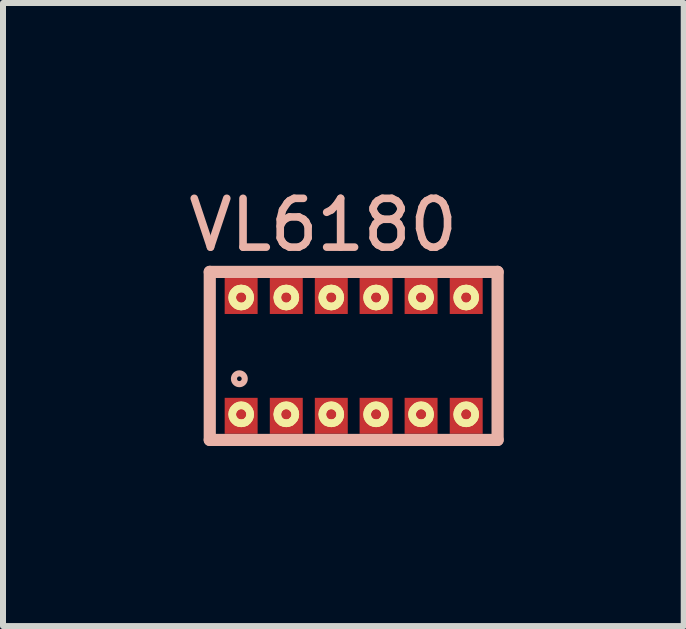
<source format=kicad_pcb>
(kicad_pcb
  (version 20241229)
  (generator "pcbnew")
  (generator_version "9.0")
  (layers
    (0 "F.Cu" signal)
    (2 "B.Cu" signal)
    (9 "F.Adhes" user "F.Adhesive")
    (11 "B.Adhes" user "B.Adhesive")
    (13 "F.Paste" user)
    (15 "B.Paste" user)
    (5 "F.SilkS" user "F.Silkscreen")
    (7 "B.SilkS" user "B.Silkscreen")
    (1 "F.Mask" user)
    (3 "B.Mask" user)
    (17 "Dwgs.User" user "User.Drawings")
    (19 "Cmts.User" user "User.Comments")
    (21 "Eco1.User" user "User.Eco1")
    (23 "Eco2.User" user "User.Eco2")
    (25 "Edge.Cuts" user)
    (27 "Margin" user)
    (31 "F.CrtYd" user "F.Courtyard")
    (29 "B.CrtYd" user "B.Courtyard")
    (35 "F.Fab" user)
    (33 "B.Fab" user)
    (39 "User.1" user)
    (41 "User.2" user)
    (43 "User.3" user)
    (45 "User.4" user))
  (footprint "VL6180"
    (layer "F.Cu")
    (at 2.843 2.88)
    (property "Reference" "VL6180" (at -0.508 -2.182 0) (layer "B.SilkS") (effects (font (size 0.813 0.813) (thickness 0.127))))
    (attr smd)
    (fp_line (start -2.024 -0.973) (end -2.019 -1.013) (stroke (width 0.127) (type solid)) (layer "F.SilkS"))
    (fp_line (start -2.024 0.973) (end -2.019 0.935) (stroke (width 0.127) (type solid)) (layer "F.SilkS"))
    (fp_line (start -2.019 -1.013) (end -2.004 -1.049) (stroke (width 0.127) (type solid)) (layer "F.SilkS"))
    (fp_line (start -2.019 -0.935) (end -2.024 -0.973) (stroke (width 0.127) (type solid)) (layer "F.SilkS"))
    (fp_line (start -2.019 0.935) (end -2.004 0.899) (stroke (width 0.127) (type solid)) (layer "F.SilkS"))
    (fp_line (start -2.019 1.013) (end -2.024 0.973) (stroke (width 0.127) (type solid)) (layer "F.SilkS"))
    (fp_line (start -2.004 -1.049) (end -1.979 -1.079) (stroke (width 0.127) (type solid)) (layer "F.SilkS"))
    (fp_line (start -2.004 -0.899) (end -2.019 -0.935) (stroke (width 0.127) (type solid)) (layer "F.SilkS"))
    (fp_line (start -2.004 0.899) (end -1.979 0.869) (stroke (width 0.127) (type solid)) (layer "F.SilkS"))
    (fp_line (start -2.004 1.049) (end -2.019 1.013) (stroke (width 0.127) (type solid)) (layer "F.SilkS"))
    (fp_line (start -1.979 -1.079) (end -1.948 -1.105) (stroke (width 0.127) (type solid)) (layer "F.SilkS"))
    (fp_line (start -1.979 -0.869) (end -2.004 -0.899) (stroke (width 0.127) (type solid)) (layer "F.SilkS"))
    (fp_line (start -1.979 0.869) (end -1.948 0.843) (stroke (width 0.127) (type solid)) (layer "F.SilkS"))
    (fp_line (start -1.979 1.079) (end -2.004 1.049) (stroke (width 0.127) (type solid)) (layer "F.SilkS"))
    (fp_line (start -1.948 -1.105) (end -1.913 -1.118) (stroke (width 0.127) (type solid)) (layer "F.SilkS"))
    (fp_line (start -1.948 -0.843) (end -1.979 -0.869) (stroke (width 0.127) (type solid)) (layer "F.SilkS"))
    (fp_line (start -1.948 0.843) (end -1.913 0.828) (stroke (width 0.127) (type solid)) (layer "F.SilkS"))
    (fp_line (start -1.948 1.105) (end -1.979 1.079) (stroke (width 0.127) (type solid)) (layer "F.SilkS"))
    (fp_line (start -1.913 -1.118) (end -1.875 -1.123) (stroke (width 0.127) (type solid)) (layer "F.SilkS"))
    (fp_line (start -1.913 -0.828) (end -1.948 -0.843) (stroke (width 0.127) (type solid)) (layer "F.SilkS"))
    (fp_line (start -1.913 0.828) (end -1.875 0.823) (stroke (width 0.127) (type solid)) (layer "F.SilkS"))
    (fp_line (start -1.913 1.118) (end -1.948 1.105) (stroke (width 0.127) (type solid)) (layer "F.SilkS"))
    (fp_line (start -1.875 -1.123) (end -1.834 -1.118) (stroke (width 0.127) (type solid)) (layer "F.SilkS"))
    (fp_line (start -1.875 -0.823) (end -1.913 -0.828) (stroke (width 0.127) (type solid)) (layer "F.SilkS"))
    (fp_line (start -1.875 0.823) (end -1.834 0.828) (stroke (width 0.127) (type solid)) (layer "F.SilkS"))
    (fp_line (start -1.875 1.123) (end -1.913 1.118) (stroke (width 0.127) (type solid)) (layer "F.SilkS"))
    (fp_line (start -1.834 -1.118) (end -1.798 -1.105) (stroke (width 0.127) (type solid)) (layer "F.SilkS"))
    (fp_line (start -1.834 -0.828) (end -1.875 -0.823) (stroke (width 0.127) (type solid)) (layer "F.SilkS"))
    (fp_line (start -1.834 0.828) (end -1.798 0.843) (stroke (width 0.127) (type solid)) (layer "F.SilkS"))
    (fp_line (start -1.834 1.118) (end -1.875 1.123) (stroke (width 0.127) (type solid)) (layer "F.SilkS"))
    (fp_line (start -1.798 -1.105) (end -1.768 -1.079) (stroke (width 0.127) (type solid)) (layer "F.SilkS"))
    (fp_line (start -1.798 -0.843) (end -1.834 -0.828) (stroke (width 0.127) (type solid)) (layer "F.SilkS"))
    (fp_line (start -1.798 0.843) (end -1.768 0.869) (stroke (width 0.127) (type solid)) (layer "F.SilkS"))
    (fp_line (start -1.798 1.105) (end -1.834 1.118) (stroke (width 0.127) (type solid)) (layer "F.SilkS"))
    (fp_line (start -1.768 -1.079) (end -1.745 -1.049) (stroke (width 0.127) (type solid)) (layer "F.SilkS"))
    (fp_line (start -1.768 -0.869) (end -1.798 -0.843) (stroke (width 0.127) (type solid)) (layer "F.SilkS"))
    (fp_line (start -1.768 0.869) (end -1.745 0.899) (stroke (width 0.127) (type solid)) (layer "F.SilkS"))
    (fp_line (start -1.768 1.079) (end -1.798 1.105) (stroke (width 0.127) (type solid)) (layer "F.SilkS"))
    (fp_line (start -1.745 -1.049) (end -1.73 -1.013) (stroke (width 0.127) (type solid)) (layer "F.SilkS"))
    (fp_line (start -1.745 -0.899) (end -1.768 -0.869) (stroke (width 0.127) (type solid)) (layer "F.SilkS"))
    (fp_line (start -1.745 0.899) (end -1.73 0.935) (stroke (width 0.127) (type solid)) (layer "F.SilkS"))
    (fp_line (start -1.745 1.049) (end -1.768 1.079) (stroke (width 0.127) (type solid)) (layer "F.SilkS"))
    (fp_line (start -1.73 -1.013) (end -1.725 -0.973) (stroke (width 0.127) (type solid)) (layer "F.SilkS"))
    (fp_line (start -1.73 -0.935) (end -1.745 -0.899) (stroke (width 0.127) (type solid)) (layer "F.SilkS"))
    (fp_line (start -1.73 0.935) (end -1.725 0.973) (stroke (width 0.127) (type solid)) (layer "F.SilkS"))
    (fp_line (start -1.73 1.013) (end -1.745 1.049) (stroke (width 0.127) (type solid)) (layer "F.SilkS"))
    (fp_line (start -1.725 -0.973) (end -1.73 -0.935) (stroke (width 0.127) (type solid)) (layer "F.SilkS"))
    (fp_line (start -1.725 0.973) (end -1.73 1.013) (stroke (width 0.127) (type solid)) (layer "F.SilkS"))
    (fp_line (start -1.273 -0.973) (end -1.267 -1.013) (stroke (width 0.127) (type solid)) (layer "F.SilkS"))
    (fp_line (start -1.273 0.973) (end -1.267 0.935) (stroke (width 0.127) (type solid)) (layer "F.SilkS"))
    (fp_line (start -1.267 -1.013) (end -1.255 -1.049) (stroke (width 0.127) (type solid)) (layer "F.SilkS"))
    (fp_line (start -1.267 -0.935) (end -1.273 -0.973) (stroke (width 0.127) (type solid)) (layer "F.SilkS"))
    (fp_line (start -1.267 0.935) (end -1.255 0.899) (stroke (width 0.127) (type solid)) (layer "F.SilkS"))
    (fp_line (start -1.267 1.013) (end -1.273 0.973) (stroke (width 0.127) (type solid)) (layer "F.SilkS"))
    (fp_line (start -1.255 -1.049) (end -1.229 -1.079) (stroke (width 0.127) (type solid)) (layer "F.SilkS"))
    (fp_line (start -1.255 -0.899) (end -1.267 -0.935) (stroke (width 0.127) (type solid)) (layer "F.SilkS"))
    (fp_line (start -1.255 0.899) (end -1.229 0.869) (stroke (width 0.127) (type solid)) (layer "F.SilkS"))
    (fp_line (start -1.255 1.049) (end -1.267 1.013) (stroke (width 0.127) (type solid)) (layer "F.SilkS"))
    (fp_line (start -1.229 -1.079) (end -1.199 -1.105) (stroke (width 0.127) (type solid)) (layer "F.SilkS"))
    (fp_line (start -1.229 -0.869) (end -1.255 -0.899) (stroke (width 0.127) (type solid)) (layer "F.SilkS"))
    (fp_line (start -1.229 0.869) (end -1.199 0.843) (stroke (width 0.127) (type solid)) (layer "F.SilkS"))
    (fp_line (start -1.229 1.079) (end -1.255 1.049) (stroke (width 0.127) (type solid)) (layer "F.SilkS"))
    (fp_line (start -1.199 -1.105) (end -1.163 -1.118) (stroke (width 0.127) (type solid)) (layer "F.SilkS"))
    (fp_line (start -1.199 -0.843) (end -1.229 -0.869) (stroke (width 0.127) (type solid)) (layer "F.SilkS"))
    (fp_line (start -1.199 0.843) (end -1.163 0.828) (stroke (width 0.127) (type solid)) (layer "F.SilkS"))
    (fp_line (start -1.199 1.105) (end -1.229 1.079) (stroke (width 0.127) (type solid)) (layer "F.SilkS"))
    (fp_line (start -1.163 -1.118) (end -1.123 -1.123) (stroke (width 0.127) (type solid)) (layer "F.SilkS"))
    (fp_line (start -1.163 -0.828) (end -1.199 -0.843) (stroke (width 0.127) (type solid)) (layer "F.SilkS"))
    (fp_line (start -1.163 0.828) (end -1.123 0.823) (stroke (width 0.127) (type solid)) (layer "F.SilkS"))
    (fp_line (start -1.163 1.118) (end -1.199 1.105) (stroke (width 0.127) (type solid)) (layer "F.SilkS"))
    (fp_line (start -1.123 -1.123) (end -1.085 -1.118) (stroke (width 0.127) (type solid)) (layer "F.SilkS"))
    (fp_line (start -1.123 -0.823) (end -1.163 -0.828) (stroke (width 0.127) (type solid)) (layer "F.SilkS"))
    (fp_line (start -1.123 0.823) (end -1.085 0.828) (stroke (width 0.127) (type solid)) (layer "F.SilkS"))
    (fp_line (start -1.123 1.123) (end -1.163 1.118) (stroke (width 0.127) (type solid)) (layer "F.SilkS"))
    (fp_line (start -1.085 -1.118) (end -1.049 -1.105) (stroke (width 0.127) (type solid)) (layer "F.SilkS"))
    (fp_line (start -1.085 -0.828) (end -1.123 -0.823) (stroke (width 0.127) (type solid)) (layer "F.SilkS"))
    (fp_line (start -1.085 0.828) (end -1.049 0.843) (stroke (width 0.127) (type solid)) (layer "F.SilkS"))
    (fp_line (start -1.085 1.118) (end -1.123 1.123) (stroke (width 0.127) (type solid)) (layer "F.SilkS"))
    (fp_line (start -1.049 -1.105) (end -1.019 -1.079) (stroke (width 0.127) (type solid)) (layer "F.SilkS"))
    (fp_line (start -1.049 -0.843) (end -1.085 -0.828) (stroke (width 0.127) (type solid)) (layer "F.SilkS"))
    (fp_line (start -1.049 0.843) (end -1.019 0.869) (stroke (width 0.127) (type solid)) (layer "F.SilkS"))
    (fp_line (start -1.049 1.105) (end -1.085 1.118) (stroke (width 0.127) (type solid)) (layer "F.SilkS"))
    (fp_line (start -1.019 -1.079) (end -0.993 -1.049) (stroke (width 0.127) (type solid)) (layer "F.SilkS"))
    (fp_line (start -1.019 -0.869) (end -1.049 -0.843) (stroke (width 0.127) (type solid)) (layer "F.SilkS"))
    (fp_line (start -1.019 0.869) (end -0.993 0.899) (stroke (width 0.127) (type solid)) (layer "F.SilkS"))
    (fp_line (start -1.019 1.079) (end -1.049 1.105) (stroke (width 0.127) (type solid)) (layer "F.SilkS"))
    (fp_line (start -0.993 -1.049) (end -0.978 -1.013) (stroke (width 0.127) (type solid)) (layer "F.SilkS"))
    (fp_line (start -0.993 -0.899) (end -1.019 -0.869) (stroke (width 0.127) (type solid)) (layer "F.SilkS"))
    (fp_line (start -0.993 0.899) (end -0.978 0.935) (stroke (width 0.127) (type solid)) (layer "F.SilkS"))
    (fp_line (start -0.993 1.049) (end -1.019 1.079) (stroke (width 0.127) (type solid)) (layer "F.SilkS"))
    (fp_line (start -0.978 -1.013) (end -0.973 -0.973) (stroke (width 0.127) (type solid)) (layer "F.SilkS"))
    (fp_line (start -0.978 -0.935) (end -0.993 -0.899) (stroke (width 0.127) (type solid)) (layer "F.SilkS"))
    (fp_line (start -0.978 0.935) (end -0.973 0.973) (stroke (width 0.127) (type solid)) (layer "F.SilkS"))
    (fp_line (start -0.978 1.013) (end -0.993 1.049) (stroke (width 0.127) (type solid)) (layer "F.SilkS"))
    (fp_line (start -0.973 -0.973) (end -0.978 -0.935) (stroke (width 0.127) (type solid)) (layer "F.SilkS"))
    (fp_line (start -0.973 0.973) (end -0.978 1.013) (stroke (width 0.127) (type solid)) (layer "F.SilkS"))
    (fp_line (start -0.523 -0.973) (end -0.518 -1.013) (stroke (width 0.127) (type solid)) (layer "F.SilkS"))
    (fp_line (start -0.523 0.973) (end -0.518 0.935) (stroke (width 0.127) (type solid)) (layer "F.SilkS"))
    (fp_line (start -0.518 -1.013) (end -0.503 -1.049) (stroke (width 0.127) (type solid)) (layer "F.SilkS"))
    (fp_line (start -0.518 -0.935) (end -0.523 -0.973) (stroke (width 0.127) (type solid)) (layer "F.SilkS"))
    (fp_line (start -0.518 0.935) (end -0.503 0.899) (stroke (width 0.127) (type solid)) (layer "F.SilkS"))
    (fp_line (start -0.518 1.013) (end -0.523 0.973) (stroke (width 0.127) (type solid)) (layer "F.SilkS"))
    (fp_line (start -0.503 -1.049) (end -0.48 -1.079) (stroke (width 0.127) (type solid)) (layer "F.SilkS"))
    (fp_line (start -0.503 -0.899) (end -0.518 -0.935) (stroke (width 0.127) (type solid)) (layer "F.SilkS"))
    (fp_line (start -0.503 0.899) (end -0.48 0.869) (stroke (width 0.127) (type solid)) (layer "F.SilkS"))
    (fp_line (start -0.503 1.049) (end -0.518 1.013) (stroke (width 0.127) (type solid)) (layer "F.SilkS"))
    (fp_line (start -0.48 -1.079) (end -0.45 -1.105) (stroke (width 0.127) (type solid)) (layer "F.SilkS"))
    (fp_line (start -0.48 -0.869) (end -0.503 -0.899) (stroke (width 0.127) (type solid)) (layer "F.SilkS"))
    (fp_line (start -0.48 0.869) (end -0.45 0.843) (stroke (width 0.127) (type solid)) (layer "F.SilkS"))
    (fp_line (start -0.48 1.079) (end -0.503 1.049) (stroke (width 0.127) (type solid)) (layer "F.SilkS"))
    (fp_line (start -0.45 -1.105) (end -0.411 -1.118) (stroke (width 0.127) (type solid)) (layer "F.SilkS"))
    (fp_line (start -0.45 -0.843) (end -0.48 -0.869) (stroke (width 0.127) (type solid)) (layer "F.SilkS"))
    (fp_line (start -0.45 0.843) (end -0.411 0.828) (stroke (width 0.127) (type solid)) (layer "F.SilkS"))
    (fp_line (start -0.45 1.105) (end -0.48 1.079) (stroke (width 0.127) (type solid)) (layer "F.SilkS"))
    (fp_line (start -0.411 -1.118) (end -0.373 -1.123) (stroke (width 0.127) (type solid)) (layer "F.SilkS"))
    (fp_line (start -0.411 -0.828) (end -0.45 -0.843) (stroke (width 0.127) (type solid)) (layer "F.SilkS"))
    (fp_line (start -0.411 0.828) (end -0.373 0.823) (stroke (width 0.127) (type solid)) (layer "F.SilkS"))
    (fp_line (start -0.411 1.118) (end -0.45 1.105) (stroke (width 0.127) (type solid)) (layer "F.SilkS"))
    (fp_line (start -0.373 -1.123) (end -0.335 -1.118) (stroke (width 0.127) (type solid)) (layer "F.SilkS"))
    (fp_line (start -0.373 -0.823) (end -0.411 -0.828) (stroke (width 0.127) (type solid)) (layer "F.SilkS"))
    (fp_line (start -0.373 0.823) (end -0.335 0.828) (stroke (width 0.127) (type solid)) (layer "F.SilkS"))
    (fp_line (start -0.373 1.123) (end -0.411 1.118) (stroke (width 0.127) (type solid)) (layer "F.SilkS"))
    (fp_line (start -0.335 -1.118) (end -0.3 -1.105) (stroke (width 0.127) (type solid)) (layer "F.SilkS"))
    (fp_line (start -0.335 -0.828) (end -0.373 -0.823) (stroke (width 0.127) (type solid)) (layer "F.SilkS"))
    (fp_line (start -0.335 0.828) (end -0.3 0.843) (stroke (width 0.127) (type solid)) (layer "F.SilkS"))
    (fp_line (start -0.335 1.118) (end -0.373 1.123) (stroke (width 0.127) (type solid)) (layer "F.SilkS"))
    (fp_line (start -0.3 -1.105) (end -0.267 -1.079) (stroke (width 0.127) (type solid)) (layer "F.SilkS"))
    (fp_line (start -0.3 -0.843) (end -0.335 -0.828) (stroke (width 0.127) (type solid)) (layer "F.SilkS"))
    (fp_line (start -0.3 0.843) (end -0.267 0.869) (stroke (width 0.127) (type solid)) (layer "F.SilkS"))
    (fp_line (start -0.3 1.105) (end -0.335 1.118) (stroke (width 0.127) (type solid)) (layer "F.SilkS"))
    (fp_line (start -0.267 -1.079) (end -0.244 -1.049) (stroke (width 0.127) (type solid)) (layer "F.SilkS"))
    (fp_line (start -0.267 -0.869) (end -0.3 -0.843) (stroke (width 0.127) (type solid)) (layer "F.SilkS"))
    (fp_line (start -0.267 0.869) (end -0.244 0.899) (stroke (width 0.127) (type solid)) (layer "F.SilkS"))
    (fp_line (start -0.267 1.079) (end -0.3 1.105) (stroke (width 0.127) (type solid)) (layer "F.SilkS"))
    (fp_line (start -0.244 -1.049) (end -0.229 -1.013) (stroke (width 0.127) (type solid)) (layer "F.SilkS"))
    (fp_line (start -0.244 -0.899) (end -0.267 -0.869) (stroke (width 0.127) (type solid)) (layer "F.SilkS"))
    (fp_line (start -0.244 0.899) (end -0.229 0.935) (stroke (width 0.127) (type solid)) (layer "F.SilkS"))
    (fp_line (start -0.244 1.049) (end -0.267 1.079) (stroke (width 0.127) (type solid)) (layer "F.SilkS"))
    (fp_line (start -0.229 -1.013) (end -0.224 -0.973) (stroke (width 0.127) (type solid)) (layer "F.SilkS"))
    (fp_line (start -0.229 -0.935) (end -0.244 -0.899) (stroke (width 0.127) (type solid)) (layer "F.SilkS"))
    (fp_line (start -0.229 0.935) (end -0.224 0.973) (stroke (width 0.127) (type solid)) (layer "F.SilkS"))
    (fp_line (start -0.229 1.013) (end -0.244 1.049) (stroke (width 0.127) (type solid)) (layer "F.SilkS"))
    (fp_line (start -0.224 -0.973) (end -0.229 -0.935) (stroke (width 0.127) (type solid)) (layer "F.SilkS"))
    (fp_line (start -0.224 0.973) (end -0.229 1.013) (stroke (width 0.127) (type solid)) (layer "F.SilkS"))
    (fp_line (start 0.224 -0.973) (end 0.229 -1.013) (stroke (width 0.127) (type solid)) (layer "F.SilkS"))
    (fp_line (start 0.224 0.973) (end 0.229 0.935) (stroke (width 0.127) (type solid)) (layer "F.SilkS"))
    (fp_line (start 0.229 -1.013) (end 0.244 -1.049) (stroke (width 0.127) (type solid)) (layer "F.SilkS"))
    (fp_line (start 0.229 -0.935) (end 0.224 -0.973) (stroke (width 0.127) (type solid)) (layer "F.SilkS"))
    (fp_line (start 0.229 0.935) (end 0.244 0.899) (stroke (width 0.127) (type solid)) (layer "F.SilkS"))
    (fp_line (start 0.229 1.013) (end 0.224 0.973) (stroke (width 0.127) (type solid)) (layer "F.SilkS"))
    (fp_line (start 0.244 -1.049) (end 0.267 -1.079) (stroke (width 0.127) (type solid)) (layer "F.SilkS"))
    (fp_line (start 0.244 -0.899) (end 0.229 -0.935) (stroke (width 0.127) (type solid)) (layer "F.SilkS"))
    (fp_line (start 0.244 0.899) (end 0.267 0.869) (stroke (width 0.127) (type solid)) (layer "F.SilkS"))
    (fp_line (start 0.244 1.049) (end 0.229 1.013) (stroke (width 0.127) (type solid)) (layer "F.SilkS"))
    (fp_line (start 0.267 -1.079) (end 0.3 -1.105) (stroke (width 0.127) (type solid)) (layer "F.SilkS"))
    (fp_line (start 0.267 -0.869) (end 0.244 -0.899) (stroke (width 0.127) (type solid)) (layer "F.SilkS"))
    (fp_line (start 0.267 0.869) (end 0.3 0.843) (stroke (width 0.127) (type solid)) (layer "F.SilkS"))
    (fp_line (start 0.267 1.079) (end 0.244 1.049) (stroke (width 0.127) (type solid)) (layer "F.SilkS"))
    (fp_line (start 0.3 -1.105) (end 0.335 -1.118) (stroke (width 0.127) (type solid)) (layer "F.SilkS"))
    (fp_line (start 0.3 -0.843) (end 0.267 -0.869) (stroke (width 0.127) (type solid)) (layer "F.SilkS"))
    (fp_line (start 0.3 0.843) (end 0.335 0.828) (stroke (width 0.127) (type solid)) (layer "F.SilkS"))
    (fp_line (start 0.3 1.105) (end 0.267 1.079) (stroke (width 0.127) (type solid)) (layer "F.SilkS"))
    (fp_line (start 0.335 -1.118) (end 0.373 -1.123) (stroke (width 0.127) (type solid)) (layer "F.SilkS"))
    (fp_line (start 0.335 -0.828) (end 0.3 -0.843) (stroke (width 0.127) (type solid)) (layer "F.SilkS"))
    (fp_line (start 0.335 0.828) (end 0.373 0.823) (stroke (width 0.127) (type solid)) (layer "F.SilkS"))
    (fp_line (start 0.335 1.118) (end 0.3 1.105) (stroke (width 0.127) (type solid)) (layer "F.SilkS"))
    (fp_line (start 0.373 -1.123) (end 0.411 -1.118) (stroke (width 0.127) (type solid)) (layer "F.SilkS"))
    (fp_line (start 0.373 -0.823) (end 0.335 -0.828) (stroke (width 0.127) (type solid)) (layer "F.SilkS"))
    (fp_line (start 0.373 0.823) (end 0.411 0.828) (stroke (width 0.127) (type solid)) (layer "F.SilkS"))
    (fp_line (start 0.373 1.123) (end 0.335 1.118) (stroke (width 0.127) (type solid)) (layer "F.SilkS"))
    (fp_line (start 0.411 -1.118) (end 0.45 -1.105) (stroke (width 0.127) (type solid)) (layer "F.SilkS"))
    (fp_line (start 0.411 -0.828) (end 0.373 -0.823) (stroke (width 0.127) (type solid)) (layer "F.SilkS"))
    (fp_line (start 0.411 0.828) (end 0.45 0.843) (stroke (width 0.127) (type solid)) (layer "F.SilkS"))
    (fp_line (start 0.411 1.118) (end 0.373 1.123) (stroke (width 0.127) (type solid)) (layer "F.SilkS"))
    (fp_line (start 0.45 -1.105) (end 0.48 -1.079) (stroke (width 0.127) (type solid)) (layer "F.SilkS"))
    (fp_line (start 0.45 -0.843) (end 0.411 -0.828) (stroke (width 0.127) (type solid)) (layer "F.SilkS"))
    (fp_line (start 0.45 0.843) (end 0.48 0.869) (stroke (width 0.127) (type solid)) (layer "F.SilkS"))
    (fp_line (start 0.45 1.105) (end 0.411 1.118) (stroke (width 0.127) (type solid)) (layer "F.SilkS"))
    (fp_line (start 0.48 -1.079) (end 0.503 -1.049) (stroke (width 0.127) (type solid)) (layer "F.SilkS"))
    (fp_line (start 0.48 -0.869) (end 0.45 -0.843) (stroke (width 0.127) (type solid)) (layer "F.SilkS"))
    (fp_line (start 0.48 0.869) (end 0.503 0.899) (stroke (width 0.127) (type solid)) (layer "F.SilkS"))
    (fp_line (start 0.48 1.079) (end 0.45 1.105) (stroke (width 0.127) (type solid)) (layer "F.SilkS"))
    (fp_line (start 0.503 -1.049) (end 0.518 -1.013) (stroke (width 0.127) (type solid)) (layer "F.SilkS"))
    (fp_line (start 0.503 -0.899) (end 0.48 -0.869) (stroke (width 0.127) (type solid)) (layer "F.SilkS"))
    (fp_line (start 0.503 0.899) (end 0.518 0.935) (stroke (width 0.127) (type solid)) (layer "F.SilkS"))
    (fp_line (start 0.503 1.049) (end 0.48 1.079) (stroke (width 0.127) (type solid)) (layer "F.SilkS"))
    (fp_line (start 0.518 -1.013) (end 0.523 -0.973) (stroke (width 0.127) (type solid)) (layer "F.SilkS"))
    (fp_line (start 0.518 -0.935) (end 0.503 -0.899) (stroke (width 0.127) (type solid)) (layer "F.SilkS"))
    (fp_line (start 0.518 0.935) (end 0.523 0.973) (stroke (width 0.127) (type solid)) (layer "F.SilkS"))
    (fp_line (start 0.518 1.013) (end 0.503 1.049) (stroke (width 0.127) (type solid)) (layer "F.SilkS"))
    (fp_line (start 0.523 -0.973) (end 0.518 -0.935) (stroke (width 0.127) (type solid)) (layer "F.SilkS"))
    (fp_line (start 0.523 0.973) (end 0.518 1.013) (stroke (width 0.127) (type solid)) (layer "F.SilkS"))
    (fp_line (start 0.973 -0.973) (end 0.978 -1.013) (stroke (width 0.127) (type solid)) (layer "F.SilkS"))
    (fp_line (start 0.973 0.973) (end 0.978 0.935) (stroke (width 0.127) (type solid)) (layer "F.SilkS"))
    (fp_line (start 0.978 -1.013) (end 0.993 -1.049) (stroke (width 0.127) (type solid)) (layer "F.SilkS"))
    (fp_line (start 0.978 -0.935) (end 0.973 -0.973) (stroke (width 0.127) (type solid)) (layer "F.SilkS"))
    (fp_line (start 0.978 0.935) (end 0.993 0.899) (stroke (width 0.127) (type solid)) (layer "F.SilkS"))
    (fp_line (start 0.978 1.013) (end 0.973 0.973) (stroke (width 0.127) (type solid)) (layer "F.SilkS"))
    (fp_line (start 0.993 -1.049) (end 1.019 -1.079) (stroke (width 0.127) (type solid)) (layer "F.SilkS"))
    (fp_line (start 0.993 -0.899) (end 0.978 -0.935) (stroke (width 0.127) (type solid)) (layer "F.SilkS"))
    (fp_line (start 0.993 0.899) (end 1.019 0.869) (stroke (width 0.127) (type solid)) (layer "F.SilkS"))
    (fp_line (start 0.993 1.049) (end 0.978 1.013) (stroke (width 0.127) (type solid)) (layer "F.SilkS"))
    (fp_line (start 1.019 -1.079) (end 1.049 -1.105) (stroke (width 0.127) (type solid)) (layer "F.SilkS"))
    (fp_line (start 1.019 -0.869) (end 0.993 -0.899) (stroke (width 0.127) (type solid)) (layer "F.SilkS"))
    (fp_line (start 1.019 0.869) (end 1.049 0.843) (stroke (width 0.127) (type solid)) (layer "F.SilkS"))
    (fp_line (start 1.019 1.079) (end 0.993 1.049) (stroke (width 0.127) (type solid)) (layer "F.SilkS"))
    (fp_line (start 1.049 -1.105) (end 1.085 -1.118) (stroke (width 0.127) (type solid)) (layer "F.SilkS"))
    (fp_line (start 1.049 -0.843) (end 1.019 -0.869) (stroke (width 0.127) (type solid)) (layer "F.SilkS"))
    (fp_line (start 1.049 0.843) (end 1.085 0.828) (stroke (width 0.127) (type solid)) (layer "F.SilkS"))
    (fp_line (start 1.049 1.105) (end 1.019 1.079) (stroke (width 0.127) (type solid)) (layer "F.SilkS"))
    (fp_line (start 1.085 -1.118) (end 1.123 -1.123) (stroke (width 0.127) (type solid)) (layer "F.SilkS"))
    (fp_line (start 1.085 -0.828) (end 1.049 -0.843) (stroke (width 0.127) (type solid)) (layer "F.SilkS"))
    (fp_line (start 1.085 0.828) (end 1.123 0.823) (stroke (width 0.127) (type solid)) (layer "F.SilkS"))
    (fp_line (start 1.085 1.118) (end 1.049 1.105) (stroke (width 0.127) (type solid)) (layer "F.SilkS"))
    (fp_line (start 1.123 -1.123) (end 1.163 -1.118) (stroke (width 0.127) (type solid)) (layer "F.SilkS"))
    (fp_line (start 1.123 -0.823) (end 1.085 -0.828) (stroke (width 0.127) (type solid)) (layer "F.SilkS"))
    (fp_line (start 1.123 0.823) (end 1.163 0.828) (stroke (width 0.127) (type solid)) (layer "F.SilkS"))
    (fp_line (start 1.123 1.123) (end 1.085 1.118) (stroke (width 0.127) (type solid)) (layer "F.SilkS"))
    (fp_line (start 1.163 -1.118) (end 1.199 -1.105) (stroke (width 0.127) (type solid)) (layer "F.SilkS"))
    (fp_line (start 1.163 -0.828) (end 1.123 -0.823) (stroke (width 0.127) (type solid)) (layer "F.SilkS"))
    (fp_line (start 1.163 0.828) (end 1.199 0.843) (stroke (width 0.127) (type solid)) (layer "F.SilkS"))
    (fp_line (start 1.163 1.118) (end 1.123 1.123) (stroke (width 0.127) (type solid)) (layer "F.SilkS"))
    (fp_line (start 1.199 -1.105) (end 1.229 -1.079) (stroke (width 0.127) (type solid)) (layer "F.SilkS"))
    (fp_line (start 1.199 -0.843) (end 1.163 -0.828) (stroke (width 0.127) (type solid)) (layer "F.SilkS"))
    (fp_line (start 1.199 0.843) (end 1.229 0.869) (stroke (width 0.127) (type solid)) (layer "F.SilkS"))
    (fp_line (start 1.199 1.105) (end 1.163 1.118) (stroke (width 0.127) (type solid)) (layer "F.SilkS"))
    (fp_line (start 1.229 -1.079) (end 1.255 -1.049) (stroke (width 0.127) (type solid)) (layer "F.SilkS"))
    (fp_line (start 1.229 -0.869) (end 1.199 -0.843) (stroke (width 0.127) (type solid)) (layer "F.SilkS"))
    (fp_line (start 1.229 0.869) (end 1.255 0.899) (stroke (width 0.127) (type solid)) (layer "F.SilkS"))
    (fp_line (start 1.229 1.079) (end 1.199 1.105) (stroke (width 0.127) (type solid)) (layer "F.SilkS"))
    (fp_line (start 1.255 -1.049) (end 1.267 -1.013) (stroke (width 0.127) (type solid)) (layer "F.SilkS"))
    (fp_line (start 1.255 -0.899) (end 1.229 -0.869) (stroke (width 0.127) (type solid)) (layer "F.SilkS"))
    (fp_line (start 1.255 0.899) (end 1.267 0.935) (stroke (width 0.127) (type solid)) (layer "F.SilkS"))
    (fp_line (start 1.255 1.049) (end 1.229 1.079) (stroke (width 0.127) (type solid)) (layer "F.SilkS"))
    (fp_line (start 1.267 -1.013) (end 1.273 -0.973) (stroke (width 0.127) (type solid)) (layer "F.SilkS"))
    (fp_line (start 1.267 -0.935) (end 1.255 -0.899) (stroke (width 0.127) (type solid)) (layer "F.SilkS"))
    (fp_line (start 1.267 0.935) (end 1.273 0.973) (stroke (width 0.127) (type solid)) (layer "F.SilkS"))
    (fp_line (start 1.267 1.013) (end 1.255 1.049) (stroke (width 0.127) (type solid)) (layer "F.SilkS"))
    (fp_line (start 1.273 -0.973) (end 1.267 -0.935) (stroke (width 0.127) (type solid)) (layer "F.SilkS"))
    (fp_line (start 1.273 0.973) (end 1.267 1.013) (stroke (width 0.127) (type solid)) (layer "F.SilkS"))
    (fp_line (start 1.725 -0.973) (end 1.73 -1.013) (stroke (width 0.127) (type solid)) (layer "F.SilkS"))
    (fp_line (start 1.725 0.973) (end 1.73 0.935) (stroke (width 0.127) (type solid)) (layer "F.SilkS"))
    (fp_line (start 1.73 -1.013) (end 1.745 -1.049) (stroke (width 0.127) (type solid)) (layer "F.SilkS"))
    (fp_line (start 1.73 -0.935) (end 1.725 -0.973) (stroke (width 0.127) (type solid)) (layer "F.SilkS"))
    (fp_line (start 1.73 0.935) (end 1.745 0.899) (stroke (width 0.127) (type solid)) (layer "F.SilkS"))
    (fp_line (start 1.73 1.013) (end 1.725 0.973) (stroke (width 0.127) (type solid)) (layer "F.SilkS"))
    (fp_line (start 1.745 -1.049) (end 1.768 -1.079) (stroke (width 0.127) (type solid)) (layer "F.SilkS"))
    (fp_line (start 1.745 -0.899) (end 1.73 -0.935) (stroke (width 0.127) (type solid)) (layer "F.SilkS"))
    (fp_line (start 1.745 0.899) (end 1.768 0.869) (stroke (width 0.127) (type solid)) (layer "F.SilkS"))
    (fp_line (start 1.745 1.049) (end 1.73 1.013) (stroke (width 0.127) (type solid)) (layer "F.SilkS"))
    (fp_line (start 1.768 -1.079) (end 1.798 -1.105) (stroke (width 0.127) (type solid)) (layer "F.SilkS"))
    (fp_line (start 1.768 -0.869) (end 1.745 -0.899) (stroke (width 0.127) (type solid)) (layer "F.SilkS"))
    (fp_line (start 1.768 0.869) (end 1.798 0.843) (stroke (width 0.127) (type solid)) (layer "F.SilkS"))
    (fp_line (start 1.768 1.079) (end 1.745 1.049) (stroke (width 0.127) (type solid)) (layer "F.SilkS"))
    (fp_line (start 1.798 -1.105) (end 1.834 -1.118) (stroke (width 0.127) (type solid)) (layer "F.SilkS"))
    (fp_line (start 1.798 -0.843) (end 1.768 -0.869) (stroke (width 0.127) (type solid)) (layer "F.SilkS"))
    (fp_line (start 1.798 0.843) (end 1.834 0.828) (stroke (width 0.127) (type solid)) (layer "F.SilkS"))
    (fp_line (start 1.798 1.105) (end 1.768 1.079) (stroke (width 0.127) (type solid)) (layer "F.SilkS"))
    (fp_line (start 1.834 -1.118) (end 1.875 -1.123) (stroke (width 0.127) (type solid)) (layer "F.SilkS"))
    (fp_line (start 1.834 -0.828) (end 1.798 -0.843) (stroke (width 0.127) (type solid)) (layer "F.SilkS"))
    (fp_line (start 1.834 0.828) (end 1.875 0.823) (stroke (width 0.127) (type solid)) (layer "F.SilkS"))
    (fp_line (start 1.834 1.118) (end 1.798 1.105) (stroke (width 0.127) (type solid)) (layer "F.SilkS"))
    (fp_line (start 1.875 -1.123) (end 1.913 -1.118) (stroke (width 0.127) (type solid)) (layer "F.SilkS"))
    (fp_line (start 1.875 -0.823) (end 1.834 -0.828) (stroke (width 0.127) (type solid)) (layer "F.SilkS"))
    (fp_line (start 1.875 0.823) (end 1.913 0.828) (stroke (width 0.127) (type solid)) (layer "F.SilkS"))
    (fp_line (start 1.875 1.123) (end 1.834 1.118) (stroke (width 0.127) (type solid)) (layer "F.SilkS"))
    (fp_line (start 1.913 -1.118) (end 1.948 -1.105) (stroke (width 0.127) (type solid)) (layer "F.SilkS"))
    (fp_line (start 1.913 -0.828) (end 1.875 -0.823) (stroke (width 0.127) (type solid)) (layer "F.SilkS"))
    (fp_line (start 1.913 0.828) (end 1.948 0.843) (stroke (width 0.127) (type solid)) (layer "F.SilkS"))
    (fp_line (start 1.913 1.118) (end 1.875 1.123) (stroke (width 0.127) (type solid)) (layer "F.SilkS"))
    (fp_line (start 1.948 -1.105) (end 1.979 -1.079) (stroke (width 0.127) (type solid)) (layer "F.SilkS"))
    (fp_line (start 1.948 -0.843) (end 1.913 -0.828) (stroke (width 0.127) (type solid)) (layer "F.SilkS"))
    (fp_line (start 1.948 0.843) (end 1.979 0.869) (stroke (width 0.127) (type solid)) (layer "F.SilkS"))
    (fp_line (start 1.948 1.105) (end 1.913 1.118) (stroke (width 0.127) (type solid)) (layer "F.SilkS"))
    (fp_line (start 1.979 -1.079) (end 2.004 -1.049) (stroke (width 0.127) (type solid)) (layer "F.SilkS"))
    (fp_line (start 1.979 -0.869) (end 1.948 -0.843) (stroke (width 0.127) (type solid)) (layer "F.SilkS"))
    (fp_line (start 1.979 0.869) (end 2.004 0.899) (stroke (width 0.127) (type solid)) (layer "F.SilkS"))
    (fp_line (start 1.979 1.079) (end 1.948 1.105) (stroke (width 0.127) (type solid)) (layer "F.SilkS"))
    (fp_line (start 2.004 -1.049) (end 2.019 -1.013) (stroke (width 0.127) (type solid)) (layer "F.SilkS"))
    (fp_line (start 2.004 -0.899) (end 1.979 -0.869) (stroke (width 0.127) (type solid)) (layer "F.SilkS"))
    (fp_line (start 2.004 0.899) (end 2.019 0.935) (stroke (width 0.127) (type solid)) (layer "F.SilkS"))
    (fp_line (start 2.004 1.049) (end 1.979 1.079) (stroke (width 0.127) (type solid)) (layer "F.SilkS"))
    (fp_line (start 2.019 -1.013) (end 2.024 -0.973) (stroke (width 0.127) (type solid)) (layer "F.SilkS"))
    (fp_line (start 2.019 -0.935) (end 2.004 -0.899) (stroke (width 0.127) (type solid)) (layer "F.SilkS"))
    (fp_line (start 2.019 0.935) (end 2.024 0.973) (stroke (width 0.127) (type solid)) (layer "F.SilkS"))
    (fp_line (start 2.019 1.013) (end 2.004 1.049) (stroke (width 0.127) (type solid)) (layer "F.SilkS"))
    (fp_line (start 2.024 -0.973) (end 2.019 -0.935) (stroke (width 0.127) (type solid)) (layer "F.SilkS"))
    (fp_line (start 2.024 0.973) (end 2.019 1.013) (stroke (width 0.127) (type solid)) (layer "F.SilkS"))
    (fp_line (start -2.398 -1.4) (end 2.398 -1.4) (stroke (width 0.203) (type solid)) (layer "B.SilkS"))
    (fp_line (start -2.398 1.4) (end -2.398 -1.4) (stroke (width 0.203) (type solid)) (layer "B.SilkS"))
    (fp_line (start 2.398 -1.4) (end 2.398 1.4) (stroke (width 0.203) (type solid)) (layer "B.SilkS"))
    (fp_line (start 2.398 1.4) (end -2.398 1.4) (stroke (width 0.203) (type solid)) (layer "B.SilkS"))
    (fp_circle (center -1.905 0.381) (end -1.968 0.445) (stroke (width 0.102) (type solid)) (fill no) (layer "B.SilkS"))
    (pad "1" smd rect (at -1.875 0.998) (size 0.549 0.599) (layers "F.Cu" "F.Mask" "F.Paste"))
    (pad "2" smd rect (at -1.123 0.998) (size 0.549 0.599) (layers "F.Cu" "F.Mask" "F.Paste"))
    (pad "3" smd rect (at -0.373 0.998) (size 0.549 0.599) (layers "F.Cu" "F.Mask" "F.Paste"))
    (pad "4" smd rect (at 0.373 0.998) (size 0.549 0.599) (layers "F.Cu" "F.Mask" "F.Paste"))
    (pad "5" smd rect (at 1.123 0.998) (size 0.549 0.599) (layers "F.Cu" "F.Mask" "F.Paste"))
    (pad "6" smd rect (at 1.875 0.998) (size 0.549 0.599) (layers "F.Cu" "F.Mask" "F.Paste"))
    (pad "7" smd rect (at 1.875 -0.998) (size 0.549 0.599) (layers "F.Cu" "F.Mask" "F.Paste"))
    (pad "8" smd rect (at 1.123 -0.998) (size 0.549 0.599) (layers "F.Cu" "F.Mask" "F.Paste"))
    (pad "9" smd rect (at 0.373 -0.998) (size 0.549 0.599) (layers "F.Cu" "F.Mask" "F.Paste"))
    (pad "10" smd rect (at -0.373 -0.998) (size 0.549 0.599) (layers "F.Cu" "F.Mask" "F.Paste"))
    (pad "11" smd rect (at -1.123 -0.998) (size 0.549 0.599) (layers "F.Cu" "F.Mask" "F.Paste"))
    (pad "12" smd rect (at -1.875 -0.998) (size 0.549 0.599) (layers "F.Cu" "F.Mask" "F.Paste")))
  (gr_rect
    (start -3 -3)
    (end 8.342 7.381)
    (stroke (width 0.1) (type default))
    (fill no)
    (layer "Edge.Cuts")))
</source>
